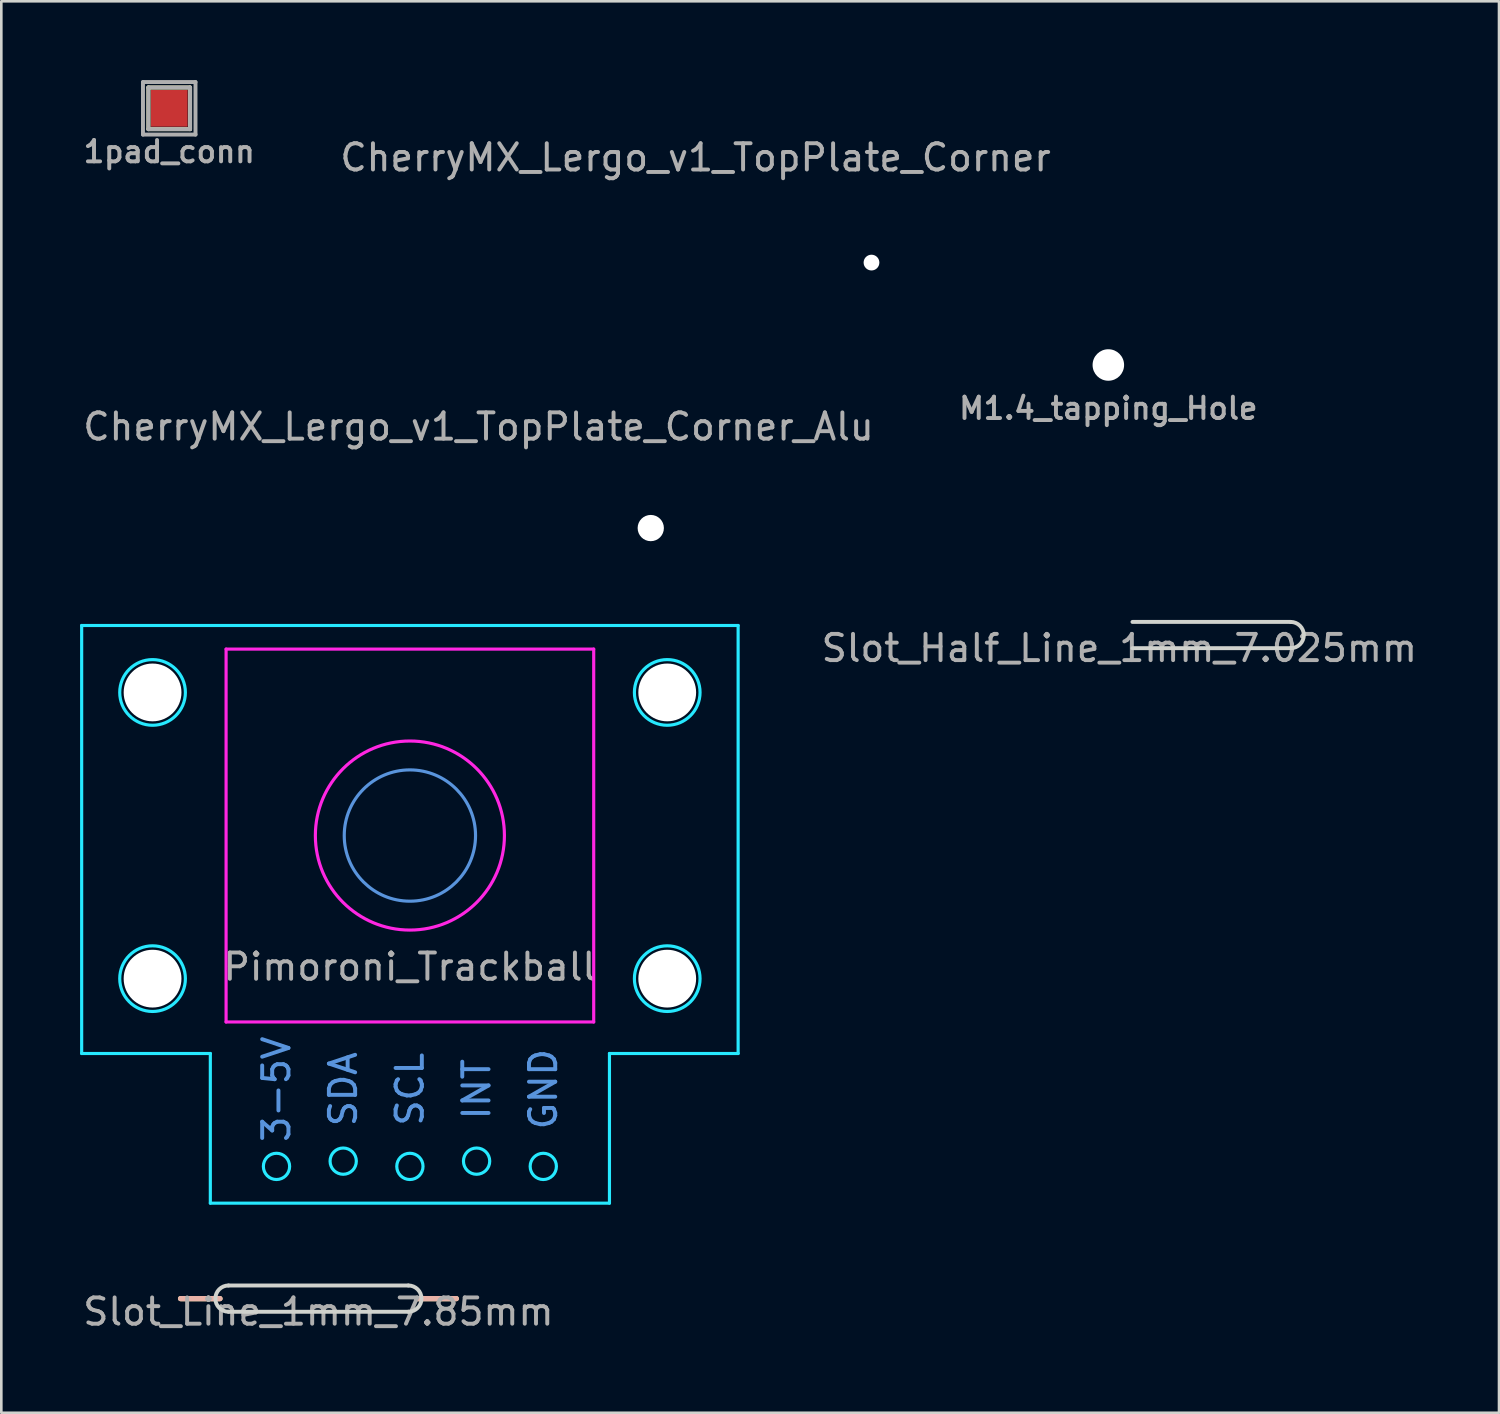
<source format=kicad_pcb>
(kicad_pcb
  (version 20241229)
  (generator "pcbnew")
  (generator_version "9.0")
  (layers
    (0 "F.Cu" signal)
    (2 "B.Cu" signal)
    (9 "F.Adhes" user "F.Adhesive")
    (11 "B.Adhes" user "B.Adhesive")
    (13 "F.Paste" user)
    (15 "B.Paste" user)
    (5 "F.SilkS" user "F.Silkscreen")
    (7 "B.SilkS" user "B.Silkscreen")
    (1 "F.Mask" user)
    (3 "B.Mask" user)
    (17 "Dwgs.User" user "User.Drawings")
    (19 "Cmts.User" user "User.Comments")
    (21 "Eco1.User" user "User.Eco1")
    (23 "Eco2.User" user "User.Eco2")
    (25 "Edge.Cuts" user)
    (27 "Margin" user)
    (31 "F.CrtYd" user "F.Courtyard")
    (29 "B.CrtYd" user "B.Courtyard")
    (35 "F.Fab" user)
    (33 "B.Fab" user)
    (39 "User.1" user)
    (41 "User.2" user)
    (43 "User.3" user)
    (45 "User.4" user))
  (footprint "Slot_Half_Line_1mm_7.025mm"
    (layer "F.Cu")
    (at 39.578 21.135)
    (property "Reference" "Slot_Half_Line_1mm_7.025mm" (at 0 0.5 0) (layer "F.Fab") (effects (font (size 1 1) (thickness 0.15))))
    (attr through_hole)
    (fp_line (start 0.5 0.5) (end 6.525 0.5) (stroke (width 0.15) (type solid)) (layer "Edge.Cuts"))
    (fp_line (start 6.525 -0.5) (end 0.5 -0.5) (stroke (width 0.15) (type solid)) (layer "Edge.Cuts"))
    (fp_arc (start 6.525 -0.5) (mid 7.025 0) (end 6.525 0.5) (stroke (width 0.15) (type solid)) (layer "Edge.Cuts")))
  (footprint "1pad_conn"
    (layer "F.Cu")
    (at 3.395 1.075)
    (property "Reference" "1pad_conn" (at 0 1.651 0) (layer "F.Fab") (effects (font (size 0.813 0.813) (thickness 0.15))))
    (attr through_hole)
    (fp_line (start -0.794 -0.794) (end -0.794 0.794) (stroke (width 0.15) (type solid)) (layer "F.SilkS"))
    (fp_line (start -0.794 0.794) (end 0.794 0.794) (stroke (width 0.15) (type solid)) (layer "F.SilkS"))
    (fp_line (start 0.794 -0.794) (end -0.794 -0.794) (stroke (width 0.15) (type solid)) (layer "F.SilkS"))
    (fp_line (start 0.794 0.794) (end 0.794 -0.794) (stroke (width 0.15) (type solid)) (layer "F.SilkS"))
    (fp_line (start -1 -1) (end -1 1) (stroke (width 0.15) (type solid)) (layer "F.Fab"))
    (fp_line (start -1 1) (end 1 1) (stroke (width 0.15) (type solid)) (layer "F.Fab"))
    (fp_line (start -0.794 -0.794) (end 0.794 -0.794) (stroke (width 0.15) (type solid)) (layer "F.Fab"))
    (fp_line (start -0.794 0.794) (end -0.794 -0.794) (stroke (width 0.15) (type solid)) (layer "F.Fab"))
    (fp_line (start 0.794 -0.794) (end 0.794 0.794) (stroke (width 0.15) (type solid)) (layer "F.Fab"))
    (fp_line (start 0.794 0.794) (end -0.794 0.794) (stroke (width 0.15) (type solid)) (layer "F.Fab"))
    (fp_line (start 1 -1) (end -1 -1) (stroke (width 0.15) (type solid)) (layer "F.Fab"))
    (fp_line (start 1 1) (end 1 -1) (stroke (width 0.15) (type solid)) (layer "F.Fab"))
    (pad "1" smd rect (at 0 0) (size 1.4 1.4) (layers "F.Cu" "F.Mask")))
  (footprint "Pimoroni_Trackball"
    (layer "F.Cu")
    (at 12.56 28.77)
    (property "Reference" "Pimoroni_Trackball" (at 0 5 0) (layer "F.Fab") (effects (font (size 1 1) (thickness 0.15))))
    (attr through_hole)
    (fp_circle (center 0 0) (end 2.5 0) (stroke (width 0.12) (type solid)) (fill no) (layer "Cmts.User"))
    (fp_circle (center -9.8 -5.45) (end -7.1 -5.45) (stroke (width 0.12) (type solid)) (fill no) (layer "Eco1.User"))
    (fp_circle (center -9.8 5.45) (end -7.1 5.45) (stroke (width 0.12) (type solid)) (fill no) (layer "Eco1.User"))
    (fp_circle (center 9.8 -5.45) (end 12.5 -5.45) (stroke (width 0.12) (type solid)) (fill no) (layer "Eco1.User"))
    (fp_circle (center 9.8 5.45) (end 12.5 5.45) (stroke (width 0.12) (type solid)) (fill no) (layer "Eco1.User"))
    (fp_line (start -12.5 -8) (end 12.5 -8) (stroke (width 0.12) (type solid)) (layer "B.CrtYd"))
    (fp_line (start -12.5 8.3) (end -12.5 -8) (stroke (width 0.12) (type solid)) (layer "B.CrtYd"))
    (fp_line (start -7.6 8.3) (end -12.5 8.3) (stroke (width 0.12) (type solid)) (layer "B.CrtYd"))
    (fp_line (start -7.6 14) (end -7.6 8.3) (stroke (width 0.12) (type solid)) (layer "B.CrtYd"))
    (fp_line (start 7.6 8.3) (end 7.6 14) (stroke (width 0.12) (type solid)) (layer "B.CrtYd"))
    (fp_line (start 7.6 14) (end -7.6 14) (stroke (width 0.12) (type solid)) (layer "B.CrtYd"))
    (fp_line (start 12.5 -8) (end 12.5 8.3) (stroke (width 0.12) (type solid)) (layer "B.CrtYd"))
    (fp_line (start 12.5 8.3) (end 7.6 8.3) (stroke (width 0.12) (type solid)) (layer "B.CrtYd"))
    (fp_circle (center -9.8 -5.45) (end -8.55 -5.45) (stroke (width 0.12) (type solid)) (fill no) (layer "B.CrtYd"))
    (fp_circle (center -9.8 5.45) (end -8.55 5.45) (stroke (width 0.12) (type solid)) (fill no) (layer "B.CrtYd"))
    (fp_circle (center -5.08 12.6) (end -4.58 12.6) (stroke (width 0.12) (type solid)) (fill no) (layer "B.CrtYd"))
    (fp_circle (center -2.54 12.4) (end -2.04 12.4) (stroke (width 0.12) (type solid)) (fill no) (layer "B.CrtYd"))
    (fp_circle (center 0 12.6) (end 0.5 12.6) (stroke (width 0.12) (type solid)) (fill no) (layer "B.CrtYd"))
    (fp_circle (center 2.54 12.4) (end 3.04 12.4) (stroke (width 0.12) (type solid)) (fill no) (layer "B.CrtYd"))
    (fp_circle (center 5.08 12.6) (end 5.58 12.6) (stroke (width 0.12) (type solid)) (fill no) (layer "B.CrtYd"))
    (fp_circle (center 9.8 -5.45) (end 11.05 -5.45) (stroke (width 0.12) (type solid)) (fill no) (layer "B.CrtYd"))
    (fp_circle (center 9.8 5.45) (end 11.05 5.45) (stroke (width 0.12) (type solid)) (fill no) (layer "B.CrtYd"))
    (fp_line (start -7 -7.1) (end 7 -7.1) (stroke (width 0.12) (type solid)) (layer "F.CrtYd"))
    (fp_line (start -7 7.1) (end -7 -7.1) (stroke (width 0.12) (type solid)) (layer "F.CrtYd"))
    (fp_line (start 7 -7.1) (end 7 7.1) (stroke (width 0.12) (type solid)) (layer "F.CrtYd"))
    (fp_line (start 7 7.1) (end -7 7.1) (stroke (width 0.12) (type solid)) (layer "F.CrtYd"))
    (fp_circle (center 0 0) (end 3.6 0) (stroke (width 0.12) (type solid)) (fill no) (layer "F.CrtYd"))
    (fp_text user "SDA" (at -2.54 9.66 90) (layer "Cmts.User") (effects (font (size 1 1) (thickness 0.15))))
    (fp_text user "3-5V" (at -5.08 9.66 90) (layer "Cmts.User") (effects (font (size 1 1) (thickness 0.15))))
    (fp_text user "SCL" (at 0 9.66 90) (layer "Cmts.User") (effects (font (size 1 1) (thickness 0.15))))
    (fp_text user "INT" (at 2.54 9.66 90) (layer "Cmts.User") (effects (font (size 1 1) (thickness 0.15))))
    (fp_text user "GND" (at 5.08 9.66 90) (layer "Cmts.User") (effects (font (size 1 1) (thickness 0.15))))
    (pad "" np_thru_hole circle (at -9.8 -5.45) (size 2.2 2.2) (drill 2.2) (layers "*.Cu" "*.Mask"))
    (pad "" np_thru_hole circle (at -9.8 5.45) (size 2.2 2.2) (drill 2.2) (layers "*.Cu" "*.Mask"))
    (pad "" np_thru_hole circle (at 9.8 -5.45) (size 2.2 2.2) (drill 2.2) (layers "*.Cu" "*.Mask"))
    (pad "" np_thru_hole circle (at 9.8 5.45) (size 2.2 2.2) (drill 2.2) (layers "*.Cu" "*.Mask")))
  (footprint "CherryMX_Lergo_v1_TopPlate_Corner"
    (layer "F.Cu")
    (at 23.439 0.25)
    (property "Reference" "CherryMX_Lergo_v1_TopPlate_Corner" (at 0 2.7 0) (layer "F.Fab") (effects (font (size 1 1) (thickness 0.15))))
    (attr through_hole)
    (pad "" np_thru_hole circle (at 6.7 6.7) (size 0.6 0.6) (drill 0.6) (layers "*.Cu")))
  (footprint "M1.4_tapping_Hole"
    (layer "F.Cu")
    (at 39.159 10.85)
    (property "Reference" "M1.4_tapping_Hole" (at 0 1.651 0) (layer "F.Fab") (effects (font (size 0.813 0.813) (thickness 0.15))))
    (attr through_hole)
    (pad "" np_thru_hole circle (at 0 0) (size 1.2 1.2) (drill 1.2) (layers "*.Cu" "*.Mask")))
  (footprint "Slot_Line_1mm_7.85mm"
    (layer "F.Cu")
    (at 9.077 46.405)
    (property "Reference" "Slot_Line_1mm_7.85mm" (at 0 0.5 0) (layer "F.Fab") (effects (font (size 1 1) (thickness 0.15))))
    (attr through_hole)
    (fp_line (start -3.75 0) (end -5.25 0) (stroke (width 0.2) (type solid)) (layer "F.SilkS"))
    (fp_line (start 3.75 0) (end 5.25 0) (stroke (width 0.2) (type solid)) (layer "F.SilkS"))
    (fp_line (start -3.75 0) (end -5.25 0) (stroke (width 0.2) (type solid)) (layer "B.SilkS"))
    (fp_line (start 3.75 0) (end 5.25 0) (stroke (width 0.2) (type solid)) (layer "B.SilkS"))
    (fp_line (start -3.425 0.5) (end 3.425 0.5) (stroke (width 0.15) (type solid)) (layer "Edge.Cuts"))
    (fp_line (start 3.425 -0.5) (end -3.425 -0.5) (stroke (width 0.15) (type solid)) (layer "Edge.Cuts"))
    (fp_arc (start -3.425 0.5) (mid -3.925 0) (end -3.425 -0.5) (stroke (width 0.15) (type solid)) (layer "Edge.Cuts"))
    (fp_arc (start 3.425 -0.5) (mid 3.925 0) (end 3.425 0.5) (stroke (width 0.15) (type solid)) (layer "Edge.Cuts")))
  (footprint "CherryMX_Lergo_v1_TopPlate_Corner_Alu"
    (layer "F.Cu")
    (at 15.173 10.5)
    (property "Reference" "CherryMX_Lergo_v1_TopPlate_Corner_Alu" (at 0 2.7 0) (layer "F.Fab") (effects (font (size 1 1) (thickness 0.15))))
    (attr through_hole)
    (pad "" np_thru_hole circle (at 6.56 6.56) (size 1 1) (drill 1) (layers "*.Cu")))
  (gr_rect
    (start -3 -3)
    (end 54.037 50.753)
    (stroke (width 0.1) (type default))
    (fill no)
    (layer "Edge.Cuts")))
</source>
